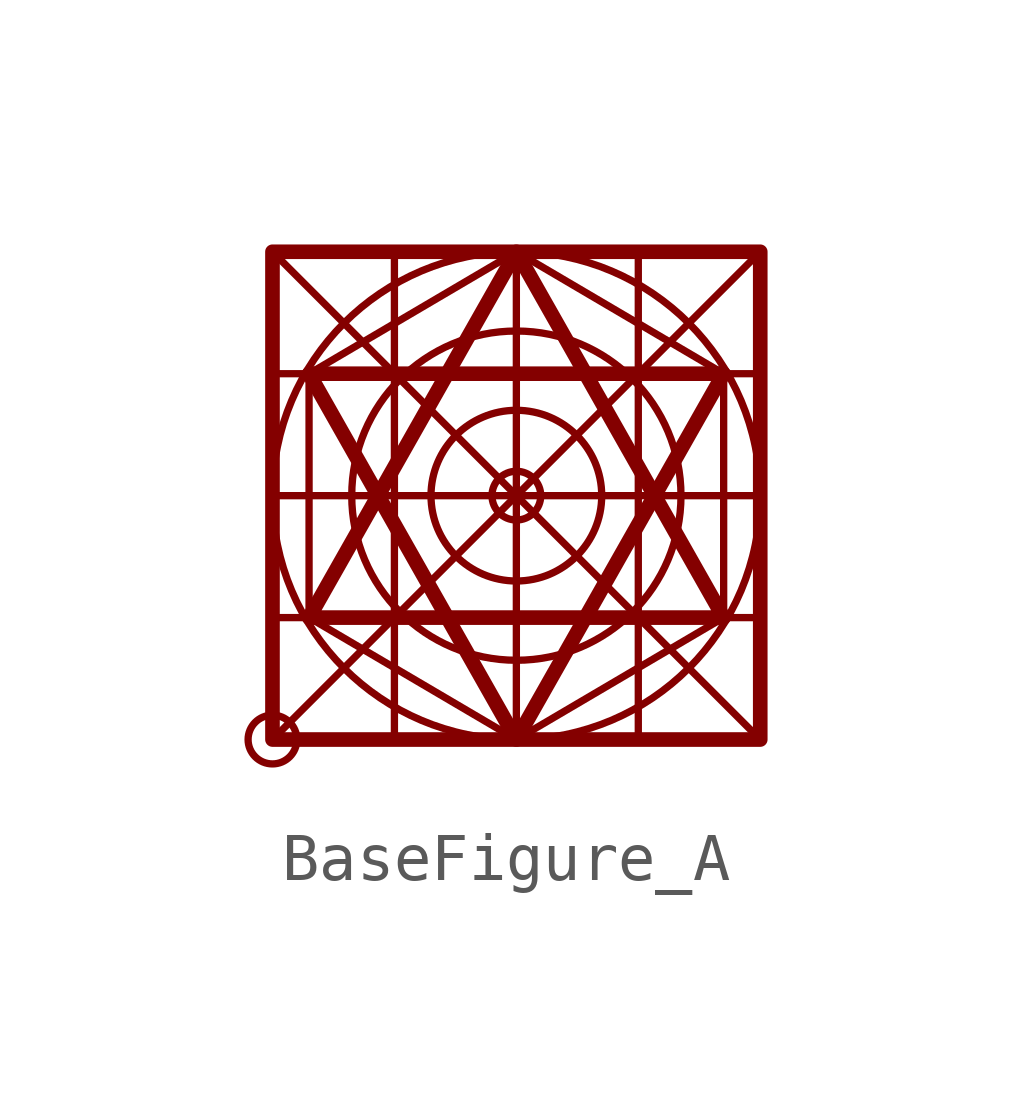
<source format=kicad_sym>
(kicad_symbol_lib
  (version 20211014)
  (generator kicad_symbol_editor)
  (symbol "BaseFigure_A"
    (property "Reference" "#SYM"
      (at 0 9.144 0)
      (effects (font (size 1.27 1.27) bold) hide))
    (symbol "BaseFigure_A_0_1"
      (circle (center -5.08 -5.08) (radius 0.508) (stroke (width 0.152) (type default) (color 0 0 0 0)) (fill (type none)))
      (rectangle (start -5.08 5.08) (end 5.08 -5.08) (stroke (width 0.305) (type default) (color 0 0 0 0)) (fill (type none)))
      (polyline (pts (xy -5.08 -2.54) (xy 5.08 -2.54)) (stroke (width 0) (type default) (color 0 0 0 0)) (fill (type none)))
      (polyline (pts (xy -5.08 0) (xy 5.08 0)) (stroke (width 0) (type default) (color 0 0 0 0)) (fill (type none)))
      (polyline (pts (xy -5.08 2.54) (xy 5.08 2.54)) (stroke (width 0) (type default) (color 0 0 0 0)) (fill (type none)))
      (polyline (pts (xy -5.08 5.08) (xy 5.08 -5.08)) (stroke (width 0.152) (type default) (color 0 0 0 0)) (fill (type none)))
      (polyline (pts (xy -2.54 5.08) (xy -2.54 -5.08)) (stroke (width 0) (type default) (color 0 0 0 0)) (fill (type none)))
      (polyline (pts (xy 0 5.08) (xy 0 -5.08)) (stroke (width 0) (type default) (color 0 0 0 0)) (fill (type none)))
      (polyline (pts (xy 2.54 5.08) (xy 2.54 -5.08)) (stroke (width 0) (type default) (color 0 0 0 0)) (fill (type none)))
      (polyline (pts (xy 5.08 5.08) (xy -5.08 -5.08)) (stroke (width 0.152) (type default) (color 0 0 0 0)) (fill (type none)))
      (polyline (pts (xy -4.318 -2.54) (xy 4.318 -2.54) (xy 0 5.08) (xy -4.318 -2.54)) (stroke (width 0.305) (type default) (color 0 0 0 0)) (fill (type none)))
      (polyline (pts (xy -4.318 2.54) (xy 4.318 2.54) (xy 0 -5.08) (xy -4.318 2.54)) (stroke (width 0.305) (type default) (color 0 0 0 0)) (fill (type none)))
      (polyline (pts (xy 0 5.08) (xy -4.318 2.54) (xy -4.318 -2.54) (xy 0 -5.08) (xy 4.318 -2.54) (xy 4.318 2.54) (xy 0 5.08)) (stroke (width 0) (type default) (color 0 0 0 0)) (fill (type none)))
      (circle (center 0 0) (radius 0.508) (stroke (width 0.152) (type default) (color 0 0 0 0)) (fill (type none)))
      (circle (center 0 0) (radius 1.778) (stroke (width 0.152) (type default) (color 0 0 0 0)) (fill (type none)))
      (circle (center 0 0) (radius 3.429) (stroke (width 0.152) (type default) (color 0 0 0 0)) (fill (type none)))
      (circle (center 0 0) (radius 5.08) (stroke (width 0.152) (type default) (color 0 0 0 0)) (fill (type none))))))
</source>
